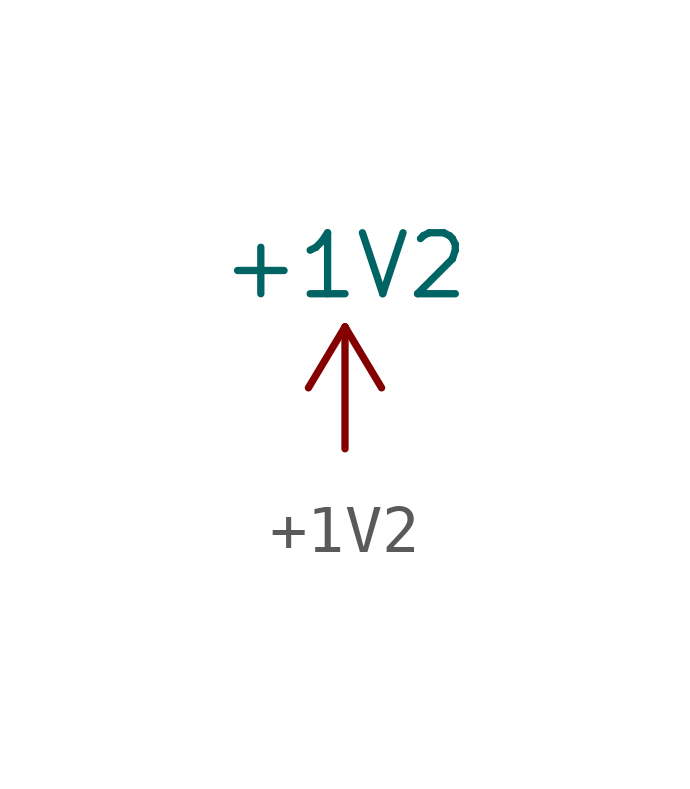
<source format=kicad_sym>
(kicad_symbol_lib
  (version 20211014)
  (generator kicad_symbol_editor)
  (symbol "+1V2"
    (power)
    (pin_numbers hide)
    (pin_names
      (offset 0))
    (property "Reference" "#PWR"
      (at 1.27 0 90)
      (effects (font (size 1.27 1.27)) hide))
    (property "Value" "+1V2"
      (at 0 3.81 0)
      (effects (font (size 1.27 1.27))))
    (symbol "+1V2_1_1"
      (polyline (pts (xy -0.762 1.27) (xy 0 2.54)) (stroke (width 0) (type default) (color 0 0 0 0)) (fill (type none)))
      (polyline (pts (xy 0 0) (xy 0 2.54)) (stroke (width 0) (type default) (color 0 0 0 0)) (fill (type none)))
      (polyline (pts (xy 0 2.54) (xy 0.762 1.27)) (stroke (width 0) (type default) (color 0 0 0 0)) (fill (type none)))
      (pin power_in line (at 0 0 90) (length 0) hide (name "+1V2" (effects (font (size 1.27 1.27)))) (number "1" (effects (font (size 1.27 1.27))))))))
</source>
